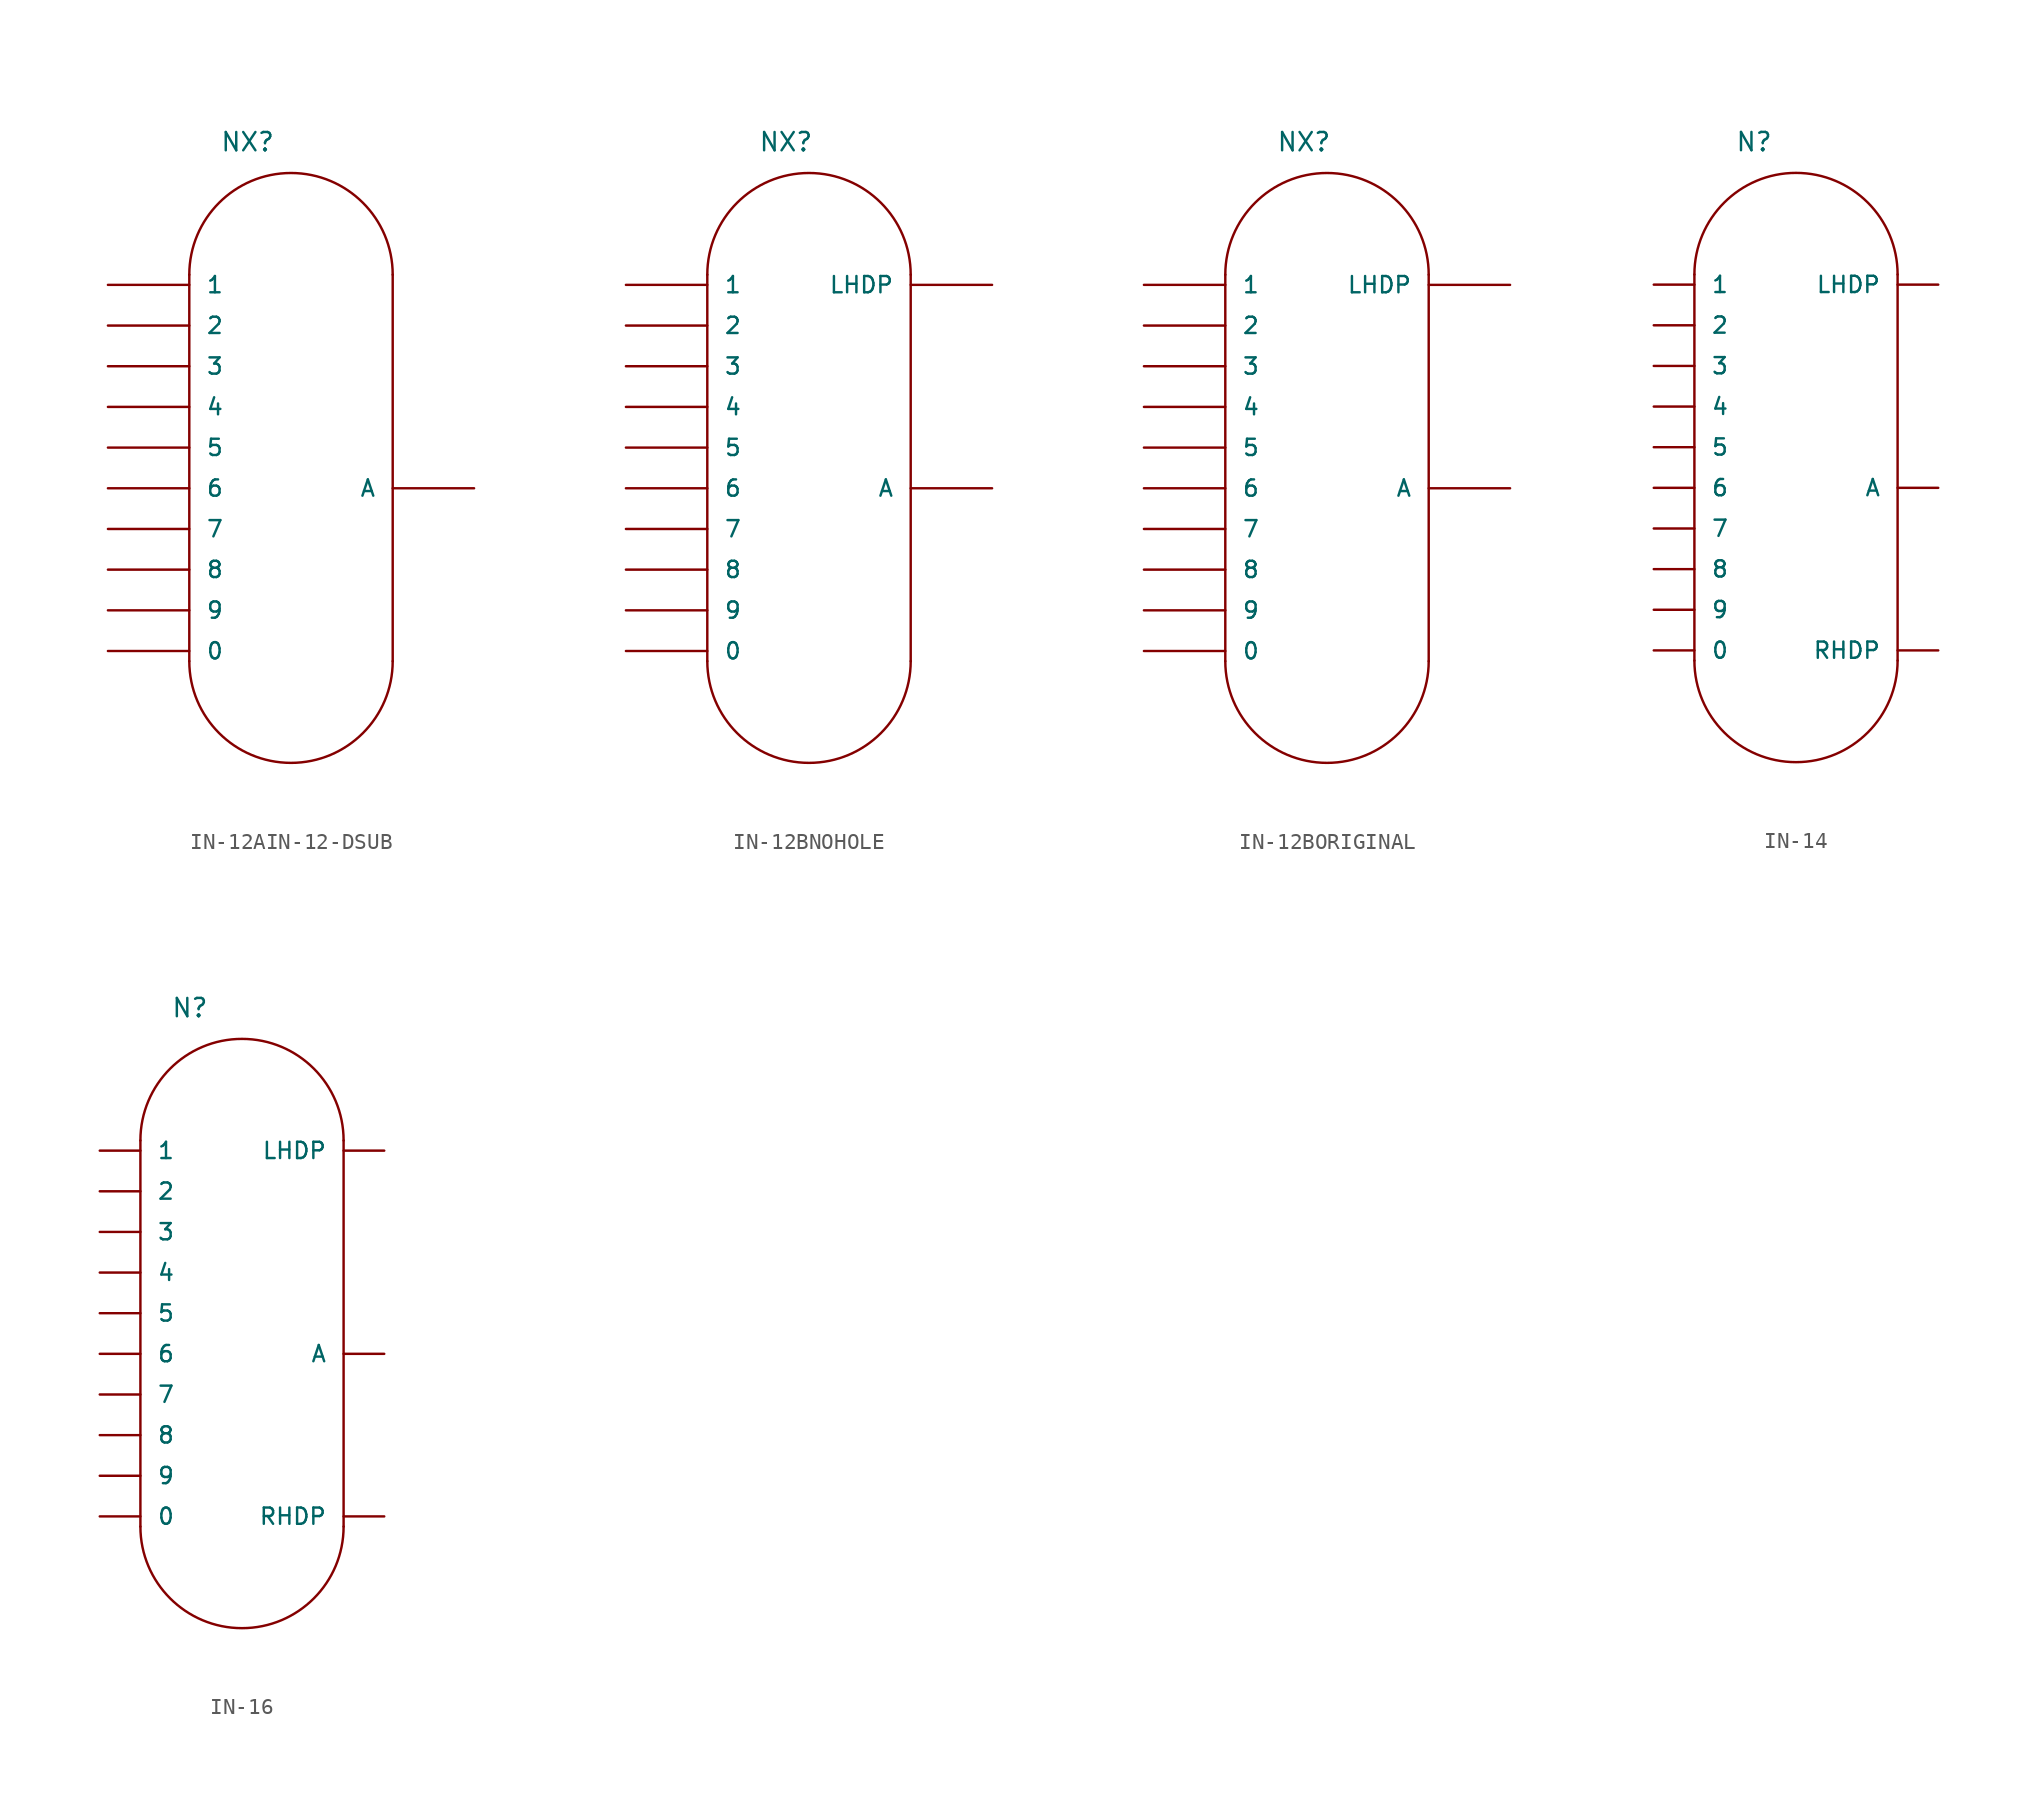
<source format=kicad_sym>
(kicad_symbol_lib
  (version 20231120)
  (generator "kicad_symbol_editor")
  (generator_version "8.0")
  (symbol "IN-12AIN-12-DSUB"
    (pin_numbers hide)
    (pin_names
      (offset 1.016))
    (property "Reference" "NX"
      (at -5.715 20.955 0)
      (effects (font (size 1.143 1.143)) (justify left bottom)))
    (property "ki_locked" ""
      (at 0 0 0)
      (effects (font (size 1.27 1.27))))
    (symbol "IN-12AIN-12-DSUB_1_0"
      (polyline (pts (xy -7.62 -10.795) (xy -7.62 13.335)) (stroke (width 0) (type solid)) (fill (type none)))
      (polyline (pts (xy 5.08 -10.795) (xy 5.08 13.335)) (stroke (width 0) (type solid)) (fill (type none))))
    (symbol "IN-12AIN-12-DSUB_1_1"
      (arc (start -7.62 -10.795) (mid -1.27 -17.145) (end 5.08 -10.795) (stroke (width 0) (type solid)) (fill (type none)))
      (arc (start 5.08 13.335) (mid -1.27 19.685) (end -7.62 13.335) (stroke (width 0) (type solid)) (fill (type none)))
      (pin bidirectional line (at -12.7 -10.16 0) (length 5.08) (name "0" (effects (font (size 1.016 1.016)))) (number "0" (effects (font (size 1.016 1.016)))))
      (pin bidirectional line (at -12.7 12.7 0) (length 5.08) (name "1" (effects (font (size 1.016 1.016)))) (number "1" (effects (font (size 1.016 1.016)))))
      (pin bidirectional line (at -12.7 10.16 0) (length 5.08) (name "2" (effects (font (size 1.016 1.016)))) (number "2" (effects (font (size 1.016 1.016)))))
      (pin bidirectional line (at -12.7 7.62 0) (length 5.08) (name "3" (effects (font (size 1.016 1.016)))) (number "3" (effects (font (size 1.016 1.016)))))
      (pin bidirectional line (at -12.7 5.08 0) (length 5.08) (name "4" (effects (font (size 1.016 1.016)))) (number "4" (effects (font (size 1.016 1.016)))))
      (pin bidirectional line (at -12.7 2.54 0) (length 5.08) (name "5" (effects (font (size 1.016 1.016)))) (number "5" (effects (font (size 1.016 1.016)))))
      (pin bidirectional line (at -12.7 0 0) (length 5.08) (name "6" (effects (font (size 1.016 1.016)))) (number "6" (effects (font (size 1.016 1.016)))))
      (pin bidirectional line (at -12.7 -2.54 0) (length 5.08) (name "7" (effects (font (size 1.016 1.016)))) (number "7" (effects (font (size 1.016 1.016)))))
      (pin bidirectional line (at -12.7 -5.08 0) (length 5.08) (name "8" (effects (font (size 1.016 1.016)))) (number "8" (effects (font (size 1.016 1.016)))))
      (pin bidirectional line (at -12.7 -7.62 0) (length 5.08) (name "9" (effects (font (size 1.016 1.016)))) (number "9" (effects (font (size 1.016 1.016)))))
      (pin bidirectional line (at 10.16 0 180) (length 5.08) (name "A" (effects (font (size 1.016 1.016)))) (number "A" (effects (font (size 1.016 1.016)))))))
  (symbol "IN-12BNOHOLE"
    (pin_numbers hide)
    (pin_names
      (offset 1.016))
    (property "Reference" "NX"
      (at -4.445 20.955 0)
      (effects (font (size 1.143 1.143)) (justify left bottom)))
    (property "ki_locked" ""
      (at 0 0 0)
      (effects (font (size 1.27 1.27))))
    (symbol "IN-12BNOHOLE_1_0"
      (polyline (pts (xy -7.62 -10.795) (xy -7.62 13.335)) (stroke (width 0) (type solid)) (fill (type none)))
      (polyline (pts (xy 5.08 -10.795) (xy 5.08 13.335)) (stroke (width 0) (type solid)) (fill (type none))))
    (symbol "IN-12BNOHOLE_1_1"
      (arc (start -7.62 -10.795) (mid -1.27 -17.145) (end 5.08 -10.795) (stroke (width 0) (type solid)) (fill (type none)))
      (arc (start 5.08 13.335) (mid -1.27 19.685) (end -7.62 13.335) (stroke (width 0) (type solid)) (fill (type none)))
      (pin bidirectional line (at -12.7 -10.16 0) (length 5.08) (name "0" (effects (font (size 1.016 1.016)))) (number "0" (effects (font (size 1.016 1.016)))))
      (pin bidirectional line (at -12.7 12.7 0) (length 5.08) (name "1" (effects (font (size 1.016 1.016)))) (number "1" (effects (font (size 1.016 1.016)))))
      (pin bidirectional line (at -12.7 10.16 0) (length 5.08) (name "2" (effects (font (size 1.016 1.016)))) (number "2" (effects (font (size 1.016 1.016)))))
      (pin bidirectional line (at -12.7 7.62 0) (length 5.08) (name "3" (effects (font (size 1.016 1.016)))) (number "3" (effects (font (size 1.016 1.016)))))
      (pin bidirectional line (at -12.7 5.08 0) (length 5.08) (name "4" (effects (font (size 1.016 1.016)))) (number "4" (effects (font (size 1.016 1.016)))))
      (pin bidirectional line (at -12.7 2.54 0) (length 5.08) (name "5" (effects (font (size 1.016 1.016)))) (number "5" (effects (font (size 1.016 1.016)))))
      (pin bidirectional line (at -12.7 0 0) (length 5.08) (name "6" (effects (font (size 1.016 1.016)))) (number "6" (effects (font (size 1.016 1.016)))))
      (pin bidirectional line (at -12.7 -2.54 0) (length 5.08) (name "7" (effects (font (size 1.016 1.016)))) (number "7" (effects (font (size 1.016 1.016)))))
      (pin bidirectional line (at -12.7 -5.08 0) (length 5.08) (name "8" (effects (font (size 1.016 1.016)))) (number "8" (effects (font (size 1.016 1.016)))))
      (pin bidirectional line (at -12.7 -7.62 0) (length 5.08) (name "9" (effects (font (size 1.016 1.016)))) (number "9" (effects (font (size 1.016 1.016)))))
      (pin bidirectional line (at 10.16 0 180) (length 5.08) (name "A" (effects (font (size 1.016 1.016)))) (number "A" (effects (font (size 1.016 1.016)))))
      (pin bidirectional line (at 10.16 12.7 180) (length 5.08) (name "LHDP" (effects (font (size 1.016 1.016)))) (number "LHDP" (effects (font (size 1.016 1.016)))))))
  (symbol "IN-12BORIGINAL"
    (pin_numbers hide)
    (pin_names
      (offset 1.016))
    (property "Reference" "NX"
      (at -4.445 20.955 0)
      (effects (font (size 1.143 1.143)) (justify left bottom)))
    (property "ki_locked" ""
      (at 0 0 0)
      (effects (font (size 1.27 1.27))))
    (symbol "IN-12BORIGINAL_1_0"
      (polyline (pts (xy -7.62 -10.795) (xy -7.62 13.335)) (stroke (width 0) (type solid)) (fill (type none)))
      (polyline (pts (xy 5.08 -10.795) (xy 5.08 13.335)) (stroke (width 0) (type solid)) (fill (type none))))
    (symbol "IN-12BORIGINAL_1_1"
      (arc (start -7.62 -10.795) (mid -1.27 -17.145) (end 5.08 -10.795) (stroke (width 0) (type solid)) (fill (type none)))
      (arc (start 5.08 13.335) (mid -1.27 19.685) (end -7.62 13.335) (stroke (width 0) (type solid)) (fill (type none)))
      (pin bidirectional line (at -12.7 -10.16 0) (length 5.08) (name "0" (effects (font (size 1.016 1.016)))) (number "0" (effects (font (size 1.016 1.016)))))
      (pin bidirectional line (at -12.7 12.7 0) (length 5.08) (name "1" (effects (font (size 1.016 1.016)))) (number "1" (effects (font (size 1.016 1.016)))))
      (pin bidirectional line (at -12.7 10.16 0) (length 5.08) (name "2" (effects (font (size 1.016 1.016)))) (number "2" (effects (font (size 1.016 1.016)))))
      (pin bidirectional line (at -12.7 7.62 0) (length 5.08) (name "3" (effects (font (size 1.016 1.016)))) (number "3" (effects (font (size 1.016 1.016)))))
      (pin bidirectional line (at -12.7 5.08 0) (length 5.08) (name "4" (effects (font (size 1.016 1.016)))) (number "4" (effects (font (size 1.016 1.016)))))
      (pin bidirectional line (at -12.7 2.54 0) (length 5.08) (name "5" (effects (font (size 1.016 1.016)))) (number "5" (effects (font (size 1.016 1.016)))))
      (pin bidirectional line (at -12.7 0 0) (length 5.08) (name "6" (effects (font (size 1.016 1.016)))) (number "6" (effects (font (size 1.016 1.016)))))
      (pin bidirectional line (at -12.7 -2.54 0) (length 5.08) (name "7" (effects (font (size 1.016 1.016)))) (number "7" (effects (font (size 1.016 1.016)))))
      (pin bidirectional line (at -12.7 -5.08 0) (length 5.08) (name "8" (effects (font (size 1.016 1.016)))) (number "8" (effects (font (size 1.016 1.016)))))
      (pin bidirectional line (at -12.7 -7.62 0) (length 5.08) (name "9" (effects (font (size 1.016 1.016)))) (number "9" (effects (font (size 1.016 1.016)))))
      (pin bidirectional line (at 10.16 0 180) (length 5.08) (name "A" (effects (font (size 1.016 1.016)))) (number "A" (effects (font (size 1.016 1.016)))))
      (pin bidirectional line (at 10.16 12.7 180) (length 5.08) (name "LHDP" (effects (font (size 1.016 1.016)))) (number "LHDP" (effects (font (size 1.016 1.016)))))))
  (symbol "IN-14"
    (pin_numbers hide)
    (pin_names
      (offset 1.016))
    (property "Reference" "N"
      (at -2.54 18.415 0)
      (effects (font (size 1.143 1.143)) (justify left bottom)))
    (property "ki_locked" ""
      (at 0 0 0)
      (effects (font (size 1.27 1.27))))
    (symbol "IN-14_1_0"
      (polyline (pts (xy -5.08 -13.335) (xy -5.08 10.795)) (stroke (width 0) (type solid)) (fill (type none)))
      (polyline (pts (xy 7.62 -13.335) (xy 7.62 10.795)) (stroke (width 0) (type solid)) (fill (type none))))
    (symbol "IN-14_1_1"
      (arc (start -5.08 -13.335) (mid 1.27 -19.685) (end 7.62 -13.335) (stroke (width 0) (type solid)) (fill (type none)))
      (arc (start 7.62 10.795) (mid 1.27 17.145) (end -5.08 10.795) (stroke (width 0) (type solid)) (fill (type none)))
      (pin bidirectional line (at -7.62 -12.7 0) (length 2.54) (name "0" (effects (font (size 1.016 1.016)))) (number "0" (effects (font (size 1.016 1.016)))))
      (pin bidirectional line (at -7.62 10.16 0) (length 2.54) (name "1" (effects (font (size 1.016 1.016)))) (number "1" (effects (font (size 1.016 1.016)))))
      (pin bidirectional line (at -7.62 7.62 0) (length 2.54) (name "2" (effects (font (size 1.016 1.016)))) (number "2" (effects (font (size 1.016 1.016)))))
      (pin bidirectional line (at -7.62 5.08 0) (length 2.54) (name "3" (effects (font (size 1.016 1.016)))) (number "3" (effects (font (size 1.016 1.016)))))
      (pin bidirectional line (at -7.62 2.54 0) (length 2.54) (name "4" (effects (font (size 1.016 1.016)))) (number "4" (effects (font (size 1.016 1.016)))))
      (pin bidirectional line (at -7.62 0 0) (length 2.54) (name "5" (effects (font (size 1.016 1.016)))) (number "5" (effects (font (size 1.016 1.016)))))
      (pin bidirectional line (at -7.62 -2.54 0) (length 2.54) (name "6" (effects (font (size 1.016 1.016)))) (number "6" (effects (font (size 1.016 1.016)))))
      (pin bidirectional line (at -7.62 -5.08 0) (length 2.54) (name "7" (effects (font (size 1.016 1.016)))) (number "7" (effects (font (size 1.016 1.016)))))
      (pin bidirectional line (at -7.62 -7.62 0) (length 2.54) (name "8" (effects (font (size 1.016 1.016)))) (number "8" (effects (font (size 1.016 1.016)))))
      (pin bidirectional line (at -7.62 -10.16 0) (length 2.54) (name "9" (effects (font (size 1.016 1.016)))) (number "9" (effects (font (size 1.016 1.016)))))
      (pin bidirectional line (at 10.16 -2.54 180) (length 2.54) (name "A" (effects (font (size 1.016 1.016)))) (number "A" (effects (font (size 1.016 1.016)))))
      (pin bidirectional line (at 10.16 10.16 180) (length 2.54) (name "LHDP" (effects (font (size 1.016 1.016)))) (number "LHDP" (effects (font (size 1.016 1.016)))))
      (pin bidirectional line (at 10.16 -12.7 180) (length 2.54) (name "RHDP" (effects (font (size 1.016 1.016)))) (number "RHDP" (effects (font (size 1.016 1.016)))))))
  (symbol "IN-16"
    (pin_numbers hide)
    (pin_names
      (offset 1.016))
    (property "Reference" "N"
      (at -3.175 20.955 0)
      (effects (font (size 1.143 1.143)) (justify left bottom)))
    (property "ki_locked" ""
      (at 0 0 0)
      (effects (font (size 1.27 1.27))))
    (symbol "IN-16_1_0"
      (polyline (pts (xy -5.08 -10.795) (xy -5.08 13.335)) (stroke (width 0) (type solid)) (fill (type none)))
      (polyline (pts (xy 7.62 -10.795) (xy 7.62 13.335)) (stroke (width 0) (type solid)) (fill (type none))))
    (symbol "IN-16_1_1"
      (arc (start -5.08 -10.795) (mid 1.27 -17.145) (end 7.62 -10.795) (stroke (width 0) (type solid)) (fill (type none)))
      (arc (start 7.62 13.335) (mid 1.27 19.685) (end -5.08 13.335) (stroke (width 0) (type solid)) (fill (type none)))
      (pin bidirectional line (at -7.62 -10.16 0) (length 2.54) (name "0" (effects (font (size 1.016 1.016)))) (number "0" (effects (font (size 1.016 1.016)))))
      (pin bidirectional line (at -7.62 12.7 0) (length 2.54) (name "1" (effects (font (size 1.016 1.016)))) (number "1" (effects (font (size 1.016 1.016)))))
      (pin bidirectional line (at -7.62 10.16 0) (length 2.54) (name "2" (effects (font (size 1.016 1.016)))) (number "2" (effects (font (size 1.016 1.016)))))
      (pin bidirectional line (at -7.62 7.62 0) (length 2.54) (name "3" (effects (font (size 1.016 1.016)))) (number "3" (effects (font (size 1.016 1.016)))))
      (pin bidirectional line (at -7.62 5.08 0) (length 2.54) (name "4" (effects (font (size 1.016 1.016)))) (number "4" (effects (font (size 1.016 1.016)))))
      (pin bidirectional line (at -7.62 2.54 0) (length 2.54) (name "5" (effects (font (size 1.016 1.016)))) (number "5" (effects (font (size 1.016 1.016)))))
      (pin bidirectional line (at -7.62 0 0) (length 2.54) (name "6" (effects (font (size 1.016 1.016)))) (number "6" (effects (font (size 1.016 1.016)))))
      (pin bidirectional line (at -7.62 -2.54 0) (length 2.54) (name "7" (effects (font (size 1.016 1.016)))) (number "7" (effects (font (size 1.016 1.016)))))
      (pin bidirectional line (at -7.62 -5.08 0) (length 2.54) (name "8" (effects (font (size 1.016 1.016)))) (number "8" (effects (font (size 1.016 1.016)))))
      (pin bidirectional line (at -7.62 -7.62 0) (length 2.54) (name "9" (effects (font (size 1.016 1.016)))) (number "9" (effects (font (size 1.016 1.016)))))
      (pin bidirectional line (at 10.16 0 180) (length 2.54) (name "A" (effects (font (size 1.016 1.016)))) (number "A" (effects (font (size 1.016 1.016)))))
      (pin bidirectional line (at 10.16 12.7 180) (length 2.54) (name "LHDP" (effects (font (size 1.016 1.016)))) (number "LHDP" (effects (font (size 1.016 1.016)))))
      (pin bidirectional line (at 10.16 -10.16 180) (length 2.54) (name "RHDP" (effects (font (size 1.016 1.016)))) (number "RHDP" (effects (font (size 1.016 1.016))))))))
</source>
